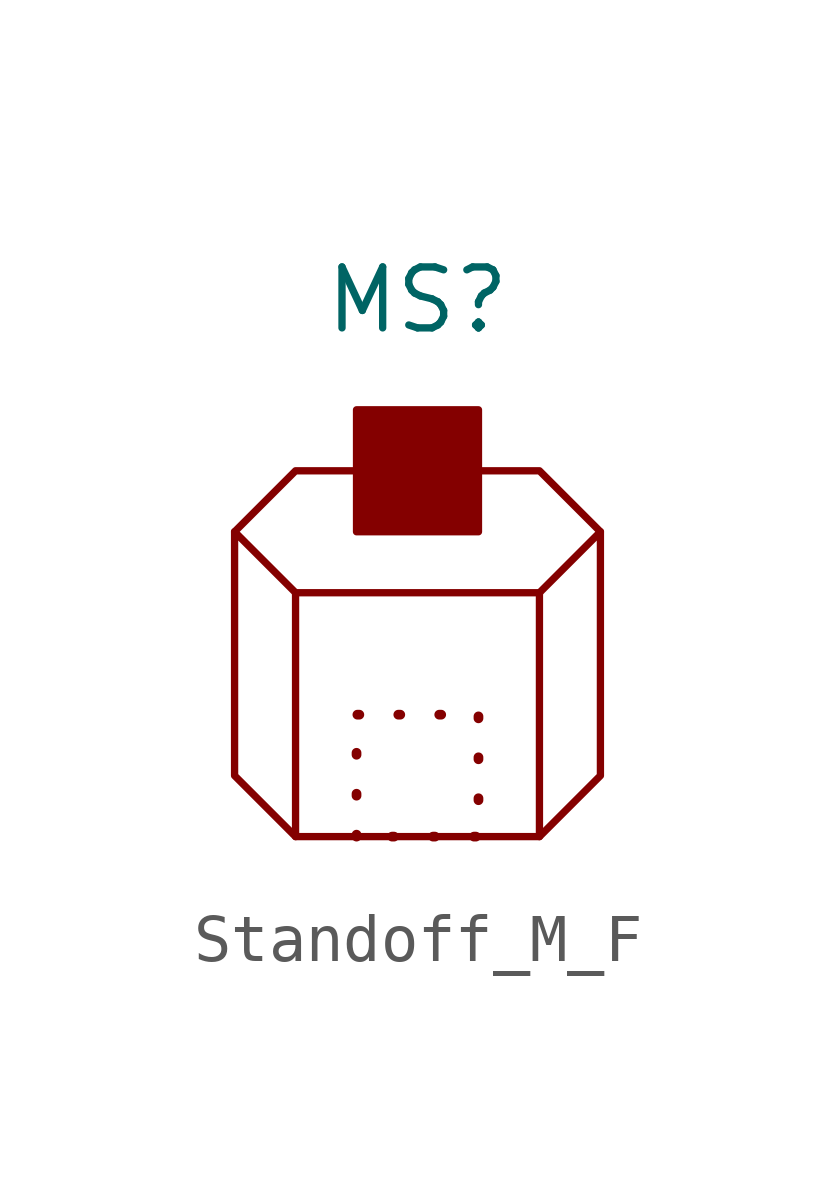
<source format=kicad_sym>
(kicad_symbol_lib
  (version 20231120)
  (generator "kicad_symbol_editor")
  (generator_version "8.0")
  (symbol "Standoff_M_F"
    (property "Reference" "MS"
      (at 0 4.826 0)
      (effects (font (size 1.27 1.27))))
    (property "Value" ""
      (at 0 0 0)
      (effects (font (size 1.27 1.27))))
    (symbol "Standoff_M_F_1_1"
      (polyline (pts (xy -2.54 -1.27) (xy -2.54 -6.35)) (stroke (width 0) (type default)) (fill (type none)))
      (polyline (pts (xy 2.54 -1.27) (xy 2.54 -6.35)) (stroke (width 0) (type default)) (fill (type none)))
      (polyline (pts (xy -3.81 0) (xy -2.54 1.27) (xy 2.54 1.27) (xy 3.81 0)) (stroke (width 0) (type default)) (fill (type none)))
      (polyline (pts (xy -1.27 -6.35) (xy -1.27 -3.81) (xy 1.27 -3.81) (xy 1.27 -6.35) (xy -1.27 -6.35)) (stroke (width 0.203) (type dot)) (fill (type none)))
      (polyline (pts (xy -1.27 0) (xy -1.27 2.54) (xy 1.27 2.54) (xy 1.27 0) (xy -1.27 0)) (stroke (width 0) (type default)) (fill (type outline)))
      (polyline (pts (xy -3.81 0) (xy -3.81 -5.08) (xy -2.54 -6.35) (xy 2.54 -6.35) (xy 3.81 -5.08) (xy 3.81 0) (xy 2.54 -1.27) (xy -2.54 -1.27) (xy -3.81 0)) (stroke (width 0) (type default)) (fill (type none))))))
</source>
